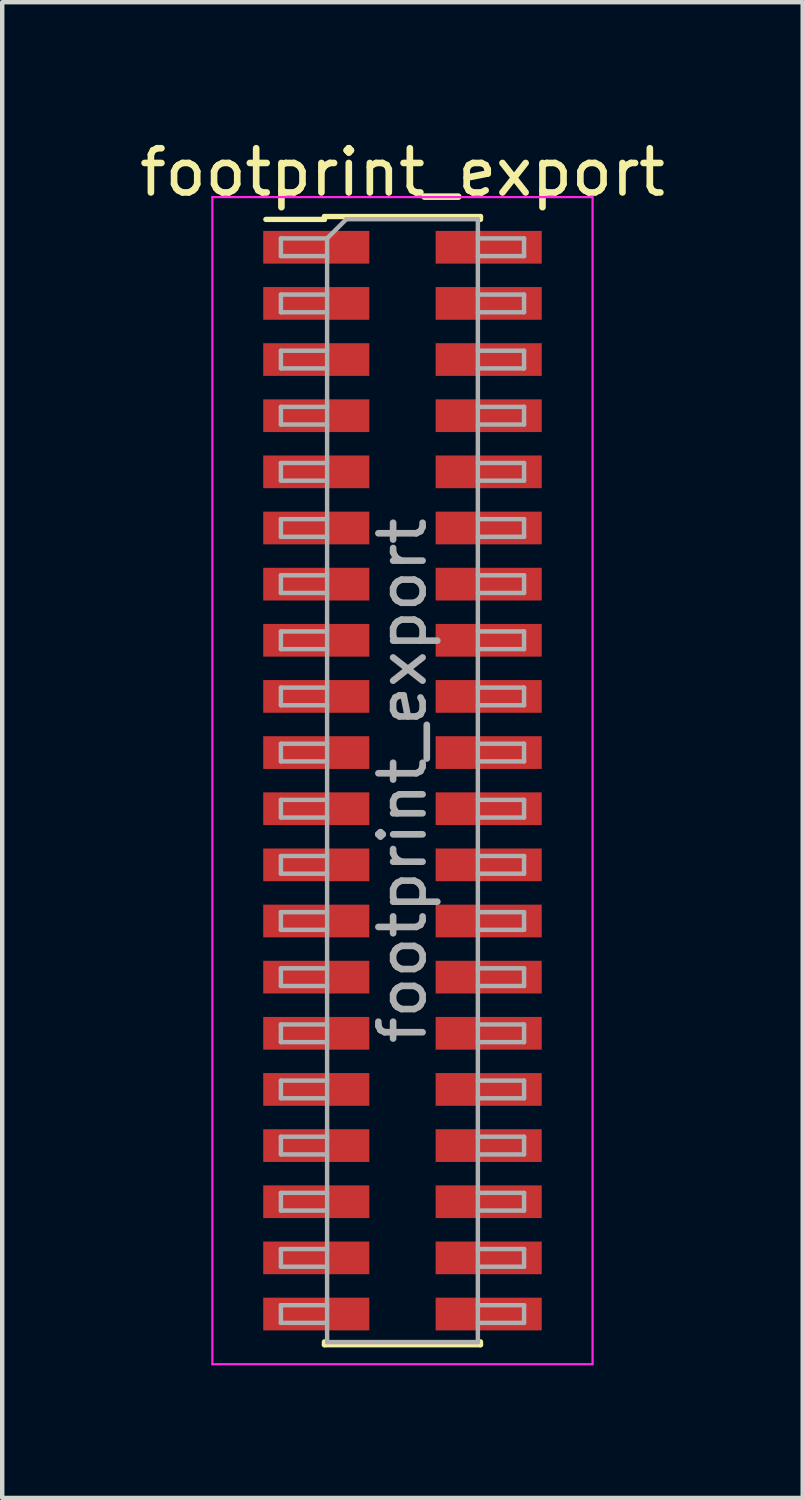
<source format=kicad_pcb>
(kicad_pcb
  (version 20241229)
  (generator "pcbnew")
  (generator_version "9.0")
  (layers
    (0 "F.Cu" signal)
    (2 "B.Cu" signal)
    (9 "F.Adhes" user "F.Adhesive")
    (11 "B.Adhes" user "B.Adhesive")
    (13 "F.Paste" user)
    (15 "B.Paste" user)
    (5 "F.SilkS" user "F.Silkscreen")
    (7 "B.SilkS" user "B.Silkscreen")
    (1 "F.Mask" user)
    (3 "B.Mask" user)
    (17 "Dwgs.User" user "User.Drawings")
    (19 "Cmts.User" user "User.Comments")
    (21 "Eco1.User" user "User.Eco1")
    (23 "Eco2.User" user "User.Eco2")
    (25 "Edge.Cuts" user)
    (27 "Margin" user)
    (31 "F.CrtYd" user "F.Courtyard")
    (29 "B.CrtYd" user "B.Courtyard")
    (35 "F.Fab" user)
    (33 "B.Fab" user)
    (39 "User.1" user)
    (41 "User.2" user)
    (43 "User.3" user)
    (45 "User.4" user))
  (footprint "footprint_export"
    (layer "F.Cu")
    (at 6.054 14.608)
    (property "Reference" "footprint_export" (at 0 -13.76 0) (layer "F.SilkS") (effects (font (size 1 1) (thickness 0.15))))
    (attr smd)
    (fp_line (start -3.09 -12.695) (end -1.765 -12.695) (stroke (width 0.12) (type solid)) (layer "F.SilkS"))
    (fp_line (start -1.765 -12.76) (end -1.765 -12.695) (stroke (width 0.12) (type solid)) (layer "F.SilkS"))
    (fp_line (start -1.765 -12.76) (end 1.765 -12.76) (stroke (width 0.12) (type solid)) (layer "F.SilkS"))
    (fp_line (start -1.765 12.695) (end -1.765 12.76) (stroke (width 0.12) (type solid)) (layer "F.SilkS"))
    (fp_line (start -1.765 12.76) (end 1.765 12.76) (stroke (width 0.12) (type solid)) (layer "F.SilkS"))
    (fp_line (start 1.765 -12.76) (end 1.765 -12.695) (stroke (width 0.12) (type solid)) (layer "F.SilkS"))
    (fp_line (start 1.765 12.695) (end 1.765 12.76) (stroke (width 0.12) (type solid)) (layer "F.SilkS"))
    (fp_line (start -4.3 -13.2) (end -4.3 13.2) (stroke (width 0.05) (type solid)) (layer "F.CrtYd"))
    (fp_line (start -4.3 13.2) (end 4.3 13.2) (stroke (width 0.05) (type solid)) (layer "F.CrtYd"))
    (fp_line (start 4.3 -13.2) (end -4.3 -13.2) (stroke (width 0.05) (type solid)) (layer "F.CrtYd"))
    (fp_line (start 4.3 13.2) (end 4.3 -13.2) (stroke (width 0.05) (type solid)) (layer "F.CrtYd"))
    (fp_line (start -2.75 -12.265) (end -2.75 -11.865) (stroke (width 0.1) (type solid)) (layer "F.Fab"))
    (fp_line (start -2.75 -11.865) (end -1.705 -11.865) (stroke (width 0.1) (type solid)) (layer "F.Fab"))
    (fp_line (start -2.75 -10.995) (end -2.75 -10.595) (stroke (width 0.1) (type solid)) (layer "F.Fab"))
    (fp_line (start -2.75 -10.595) (end -1.705 -10.595) (stroke (width 0.1) (type solid)) (layer "F.Fab"))
    (fp_line (start -2.75 -9.725) (end -2.75 -9.325) (stroke (width 0.1) (type solid)) (layer "F.Fab"))
    (fp_line (start -2.75 -9.325) (end -1.705 -9.325) (stroke (width 0.1) (type solid)) (layer "F.Fab"))
    (fp_line (start -2.75 -8.455) (end -2.75 -8.055) (stroke (width 0.1) (type solid)) (layer "F.Fab"))
    (fp_line (start -2.75 -8.055) (end -1.705 -8.055) (stroke (width 0.1) (type solid)) (layer "F.Fab"))
    (fp_line (start -2.75 -7.185) (end -2.75 -6.785) (stroke (width 0.1) (type solid)) (layer "F.Fab"))
    (fp_line (start -2.75 -6.785) (end -1.705 -6.785) (stroke (width 0.1) (type solid)) (layer "F.Fab"))
    (fp_line (start -2.75 -5.915) (end -2.75 -5.515) (stroke (width 0.1) (type solid)) (layer "F.Fab"))
    (fp_line (start -2.75 -5.515) (end -1.705 -5.515) (stroke (width 0.1) (type solid)) (layer "F.Fab"))
    (fp_line (start -2.75 -4.645) (end -2.75 -4.245) (stroke (width 0.1) (type solid)) (layer "F.Fab"))
    (fp_line (start -2.75 -4.245) (end -1.705 -4.245) (stroke (width 0.1) (type solid)) (layer "F.Fab"))
    (fp_line (start -2.75 -3.375) (end -2.75 -2.975) (stroke (width 0.1) (type solid)) (layer "F.Fab"))
    (fp_line (start -2.75 -2.975) (end -1.705 -2.975) (stroke (width 0.1) (type solid)) (layer "F.Fab"))
    (fp_line (start -2.75 -2.105) (end -2.75 -1.705) (stroke (width 0.1) (type solid)) (layer "F.Fab"))
    (fp_line (start -2.75 -1.705) (end -1.705 -1.705) (stroke (width 0.1) (type solid)) (layer "F.Fab"))
    (fp_line (start -2.75 -0.835) (end -2.75 -0.435) (stroke (width 0.1) (type solid)) (layer "F.Fab"))
    (fp_line (start -2.75 -0.435) (end -1.705 -0.435) (stroke (width 0.1) (type solid)) (layer "F.Fab"))
    (fp_line (start -2.75 0.435) (end -2.75 0.835) (stroke (width 0.1) (type solid)) (layer "F.Fab"))
    (fp_line (start -2.75 0.835) (end -1.705 0.835) (stroke (width 0.1) (type solid)) (layer "F.Fab"))
    (fp_line (start -2.75 1.705) (end -2.75 2.105) (stroke (width 0.1) (type solid)) (layer "F.Fab"))
    (fp_line (start -2.75 2.105) (end -1.705 2.105) (stroke (width 0.1) (type solid)) (layer "F.Fab"))
    (fp_line (start -2.75 2.975) (end -2.75 3.375) (stroke (width 0.1) (type solid)) (layer "F.Fab"))
    (fp_line (start -2.75 3.375) (end -1.705 3.375) (stroke (width 0.1) (type solid)) (layer "F.Fab"))
    (fp_line (start -2.75 4.245) (end -2.75 4.645) (stroke (width 0.1) (type solid)) (layer "F.Fab"))
    (fp_line (start -2.75 4.645) (end -1.705 4.645) (stroke (width 0.1) (type solid)) (layer "F.Fab"))
    (fp_line (start -2.75 5.515) (end -2.75 5.915) (stroke (width 0.1) (type solid)) (layer "F.Fab"))
    (fp_line (start -2.75 5.915) (end -1.705 5.915) (stroke (width 0.1) (type solid)) (layer "F.Fab"))
    (fp_line (start -2.75 6.785) (end -2.75 7.185) (stroke (width 0.1) (type solid)) (layer "F.Fab"))
    (fp_line (start -2.75 7.185) (end -1.705 7.185) (stroke (width 0.1) (type solid)) (layer "F.Fab"))
    (fp_line (start -2.75 8.055) (end -2.75 8.455) (stroke (width 0.1) (type solid)) (layer "F.Fab"))
    (fp_line (start -2.75 8.455) (end -1.705 8.455) (stroke (width 0.1) (type solid)) (layer "F.Fab"))
    (fp_line (start -2.75 9.325) (end -2.75 9.725) (stroke (width 0.1) (type solid)) (layer "F.Fab"))
    (fp_line (start -2.75 9.725) (end -1.705 9.725) (stroke (width 0.1) (type solid)) (layer "F.Fab"))
    (fp_line (start -2.75 10.595) (end -2.75 10.995) (stroke (width 0.1) (type solid)) (layer "F.Fab"))
    (fp_line (start -2.75 10.995) (end -1.705 10.995) (stroke (width 0.1) (type solid)) (layer "F.Fab"))
    (fp_line (start -2.75 11.865) (end -2.75 12.265) (stroke (width 0.1) (type solid)) (layer "F.Fab"))
    (fp_line (start -2.75 12.265) (end -1.705 12.265) (stroke (width 0.1) (type solid)) (layer "F.Fab"))
    (fp_line (start -1.705 -12.265) (end -2.75 -12.265) (stroke (width 0.1) (type solid)) (layer "F.Fab"))
    (fp_line (start -1.705 -12.265) (end -1.27 -12.7) (stroke (width 0.1) (type solid)) (layer "F.Fab"))
    (fp_line (start -1.705 -10.995) (end -2.75 -10.995) (stroke (width 0.1) (type solid)) (layer "F.Fab"))
    (fp_line (start -1.705 -9.725) (end -2.75 -9.725) (stroke (width 0.1) (type solid)) (layer "F.Fab"))
    (fp_line (start -1.705 -8.455) (end -2.75 -8.455) (stroke (width 0.1) (type solid)) (layer "F.Fab"))
    (fp_line (start -1.705 -7.185) (end -2.75 -7.185) (stroke (width 0.1) (type solid)) (layer "F.Fab"))
    (fp_line (start -1.705 -5.915) (end -2.75 -5.915) (stroke (width 0.1) (type solid)) (layer "F.Fab"))
    (fp_line (start -1.705 -4.645) (end -2.75 -4.645) (stroke (width 0.1) (type solid)) (layer "F.Fab"))
    (fp_line (start -1.705 -3.375) (end -2.75 -3.375) (stroke (width 0.1) (type solid)) (layer "F.Fab"))
    (fp_line (start -1.705 -2.105) (end -2.75 -2.105) (stroke (width 0.1) (type solid)) (layer "F.Fab"))
    (fp_line (start -1.705 -0.835) (end -2.75 -0.835) (stroke (width 0.1) (type solid)) (layer "F.Fab"))
    (fp_line (start -1.705 0.435) (end -2.75 0.435) (stroke (width 0.1) (type solid)) (layer "F.Fab"))
    (fp_line (start -1.705 1.705) (end -2.75 1.705) (stroke (width 0.1) (type solid)) (layer "F.Fab"))
    (fp_line (start -1.705 2.975) (end -2.75 2.975) (stroke (width 0.1) (type solid)) (layer "F.Fab"))
    (fp_line (start -1.705 4.245) (end -2.75 4.245) (stroke (width 0.1) (type solid)) (layer "F.Fab"))
    (fp_line (start -1.705 5.515) (end -2.75 5.515) (stroke (width 0.1) (type solid)) (layer "F.Fab"))
    (fp_line (start -1.705 6.785) (end -2.75 6.785) (stroke (width 0.1) (type solid)) (layer "F.Fab"))
    (fp_line (start -1.705 8.055) (end -2.75 8.055) (stroke (width 0.1) (type solid)) (layer "F.Fab"))
    (fp_line (start -1.705 9.325) (end -2.75 9.325) (stroke (width 0.1) (type solid)) (layer "F.Fab"))
    (fp_line (start -1.705 10.595) (end -2.75 10.595) (stroke (width 0.1) (type solid)) (layer "F.Fab"))
    (fp_line (start -1.705 11.865) (end -2.75 11.865) (stroke (width 0.1) (type solid)) (layer "F.Fab"))
    (fp_line (start -1.705 12.7) (end -1.705 -12.265) (stroke (width 0.1) (type solid)) (layer "F.Fab"))
    (fp_line (start -1.27 -12.7) (end 1.705 -12.7) (stroke (width 0.1) (type solid)) (layer "F.Fab"))
    (fp_line (start 1.705 -12.7) (end 1.705 12.7) (stroke (width 0.1) (type solid)) (layer "F.Fab"))
    (fp_line (start 1.705 -12.265) (end 2.75 -12.265) (stroke (width 0.1) (type solid)) (layer "F.Fab"))
    (fp_line (start 1.705 -10.995) (end 2.75 -10.995) (stroke (width 0.1) (type solid)) (layer "F.Fab"))
    (fp_line (start 1.705 -9.725) (end 2.75 -9.725) (stroke (width 0.1) (type solid)) (layer "F.Fab"))
    (fp_line (start 1.705 -8.455) (end 2.75 -8.455) (stroke (width 0.1) (type solid)) (layer "F.Fab"))
    (fp_line (start 1.705 -7.185) (end 2.75 -7.185) (stroke (width 0.1) (type solid)) (layer "F.Fab"))
    (fp_line (start 1.705 -5.915) (end 2.75 -5.915) (stroke (width 0.1) (type solid)) (layer "F.Fab"))
    (fp_line (start 1.705 -4.645) (end 2.75 -4.645) (stroke (width 0.1) (type solid)) (layer "F.Fab"))
    (fp_line (start 1.705 -3.375) (end 2.75 -3.375) (stroke (width 0.1) (type solid)) (layer "F.Fab"))
    (fp_line (start 1.705 -2.105) (end 2.75 -2.105) (stroke (width 0.1) (type solid)) (layer "F.Fab"))
    (fp_line (start 1.705 -0.835) (end 2.75 -0.835) (stroke (width 0.1) (type solid)) (layer "F.Fab"))
    (fp_line (start 1.705 0.435) (end 2.75 0.435) (stroke (width 0.1) (type solid)) (layer "F.Fab"))
    (fp_line (start 1.705 1.705) (end 2.75 1.705) (stroke (width 0.1) (type solid)) (layer "F.Fab"))
    (fp_line (start 1.705 2.975) (end 2.75 2.975) (stroke (width 0.1) (type solid)) (layer "F.Fab"))
    (fp_line (start 1.705 4.245) (end 2.75 4.245) (stroke (width 0.1) (type solid)) (layer "F.Fab"))
    (fp_line (start 1.705 5.515) (end 2.75 5.515) (stroke (width 0.1) (type solid)) (layer "F.Fab"))
    (fp_line (start 1.705 6.785) (end 2.75 6.785) (stroke (width 0.1) (type solid)) (layer "F.Fab"))
    (fp_line (start 1.705 8.055) (end 2.75 8.055) (stroke (width 0.1) (type solid)) (layer "F.Fab"))
    (fp_line (start 1.705 9.325) (end 2.75 9.325) (stroke (width 0.1) (type solid)) (layer "F.Fab"))
    (fp_line (start 1.705 10.595) (end 2.75 10.595) (stroke (width 0.1) (type solid)) (layer "F.Fab"))
    (fp_line (start 1.705 11.865) (end 2.75 11.865) (stroke (width 0.1) (type solid)) (layer "F.Fab"))
    (fp_line (start 1.705 12.7) (end -1.705 12.7) (stroke (width 0.1) (type solid)) (layer "F.Fab"))
    (fp_line (start 2.75 -12.265) (end 2.75 -11.865) (stroke (width 0.1) (type solid)) (layer "F.Fab"))
    (fp_line (start 2.75 -11.865) (end 1.705 -11.865) (stroke (width 0.1) (type solid)) (layer "F.Fab"))
    (fp_line (start 2.75 -10.995) (end 2.75 -10.595) (stroke (width 0.1) (type solid)) (layer "F.Fab"))
    (fp_line (start 2.75 -10.595) (end 1.705 -10.595) (stroke (width 0.1) (type solid)) (layer "F.Fab"))
    (fp_line (start 2.75 -9.725) (end 2.75 -9.325) (stroke (width 0.1) (type solid)) (layer "F.Fab"))
    (fp_line (start 2.75 -9.325) (end 1.705 -9.325) (stroke (width 0.1) (type solid)) (layer "F.Fab"))
    (fp_line (start 2.75 -8.455) (end 2.75 -8.055) (stroke (width 0.1) (type solid)) (layer "F.Fab"))
    (fp_line (start 2.75 -8.055) (end 1.705 -8.055) (stroke (width 0.1) (type solid)) (layer "F.Fab"))
    (fp_line (start 2.75 -7.185) (end 2.75 -6.785) (stroke (width 0.1) (type solid)) (layer "F.Fab"))
    (fp_line (start 2.75 -6.785) (end 1.705 -6.785) (stroke (width 0.1) (type solid)) (layer "F.Fab"))
    (fp_line (start 2.75 -5.915) (end 2.75 -5.515) (stroke (width 0.1) (type solid)) (layer "F.Fab"))
    (fp_line (start 2.75 -5.515) (end 1.705 -5.515) (stroke (width 0.1) (type solid)) (layer "F.Fab"))
    (fp_line (start 2.75 -4.645) (end 2.75 -4.245) (stroke (width 0.1) (type solid)) (layer "F.Fab"))
    (fp_line (start 2.75 -4.245) (end 1.705 -4.245) (stroke (width 0.1) (type solid)) (layer "F.Fab"))
    (fp_line (start 2.75 -3.375) (end 2.75 -2.975) (stroke (width 0.1) (type solid)) (layer "F.Fab"))
    (fp_line (start 2.75 -2.975) (end 1.705 -2.975) (stroke (width 0.1) (type solid)) (layer "F.Fab"))
    (fp_line (start 2.75 -2.105) (end 2.75 -1.705) (stroke (width 0.1) (type solid)) (layer "F.Fab"))
    (fp_line (start 2.75 -1.705) (end 1.705 -1.705) (stroke (width 0.1) (type solid)) (layer "F.Fab"))
    (fp_line (start 2.75 -0.835) (end 2.75 -0.435) (stroke (width 0.1) (type solid)) (layer "F.Fab"))
    (fp_line (start 2.75 -0.435) (end 1.705 -0.435) (stroke (width 0.1) (type solid)) (layer "F.Fab"))
    (fp_line (start 2.75 0.435) (end 2.75 0.835) (stroke (width 0.1) (type solid)) (layer "F.Fab"))
    (fp_line (start 2.75 0.835) (end 1.705 0.835) (stroke (width 0.1) (type solid)) (layer "F.Fab"))
    (fp_line (start 2.75 1.705) (end 2.75 2.105) (stroke (width 0.1) (type solid)) (layer "F.Fab"))
    (fp_line (start 2.75 2.105) (end 1.705 2.105) (stroke (width 0.1) (type solid)) (layer "F.Fab"))
    (fp_line (start 2.75 2.975) (end 2.75 3.375) (stroke (width 0.1) (type solid)) (layer "F.Fab"))
    (fp_line (start 2.75 3.375) (end 1.705 3.375) (stroke (width 0.1) (type solid)) (layer "F.Fab"))
    (fp_line (start 2.75 4.245) (end 2.75 4.645) (stroke (width 0.1) (type solid)) (layer "F.Fab"))
    (fp_line (start 2.75 4.645) (end 1.705 4.645) (stroke (width 0.1) (type solid)) (layer "F.Fab"))
    (fp_line (start 2.75 5.515) (end 2.75 5.915) (stroke (width 0.1) (type solid)) (layer "F.Fab"))
    (fp_line (start 2.75 5.915) (end 1.705 5.915) (stroke (width 0.1) (type solid)) (layer "F.Fab"))
    (fp_line (start 2.75 6.785) (end 2.75 7.185) (stroke (width 0.1) (type solid)) (layer "F.Fab"))
    (fp_line (start 2.75 7.185) (end 1.705 7.185) (stroke (width 0.1) (type solid)) (layer "F.Fab"))
    (fp_line (start 2.75 8.055) (end 2.75 8.455) (stroke (width 0.1) (type solid)) (layer "F.Fab"))
    (fp_line (start 2.75 8.455) (end 1.705 8.455) (stroke (width 0.1) (type solid)) (layer "F.Fab"))
    (fp_line (start 2.75 9.325) (end 2.75 9.725) (stroke (width 0.1) (type solid)) (layer "F.Fab"))
    (fp_line (start 2.75 9.725) (end 1.705 9.725) (stroke (width 0.1) (type solid)) (layer "F.Fab"))
    (fp_line (start 2.75 10.595) (end 2.75 10.995) (stroke (width 0.1) (type solid)) (layer "F.Fab"))
    (fp_line (start 2.75 10.995) (end 1.705 10.995) (stroke (width 0.1) (type solid)) (layer "F.Fab"))
    (fp_line (start 2.75 11.865) (end 2.75 12.265) (stroke (width 0.1) (type solid)) (layer "F.Fab"))
    (fp_line (start 2.75 12.265) (end 1.705 12.265) (stroke (width 0.1) (type solid)) (layer "F.Fab"))
    (fp_text user "${REFERENCE}" (at 0 0 90) (layer "F.Fab") (effects (font (size 1 1) (thickness 0.15))))
    (pad "1" smd rect (at -1.95 -12.065) (size 2.4 0.74) (layers "F.Cu" "F.Mask" "F.Paste"))
    (pad "2" smd rect (at 1.95 -12.065) (size 2.4 0.74) (layers "F.Cu" "F.Mask" "F.Paste"))
    (pad "3" smd rect (at -1.95 -10.795) (size 2.4 0.74) (layers "F.Cu" "F.Mask" "F.Paste"))
    (pad "4" smd rect (at 1.95 -10.795) (size 2.4 0.74) (layers "F.Cu" "F.Mask" "F.Paste"))
    (pad "5" smd rect (at -1.95 -9.525) (size 2.4 0.74) (layers "F.Cu" "F.Mask" "F.Paste"))
    (pad "6" smd rect (at 1.95 -9.525) (size 2.4 0.74) (layers "F.Cu" "F.Mask" "F.Paste"))
    (pad "7" smd rect (at -1.95 -8.255) (size 2.4 0.74) (layers "F.Cu" "F.Mask" "F.Paste"))
    (pad "8" smd rect (at 1.95 -8.255) (size 2.4 0.74) (layers "F.Cu" "F.Mask" "F.Paste"))
    (pad "9" smd rect (at -1.95 -6.985) (size 2.4 0.74) (layers "F.Cu" "F.Mask" "F.Paste"))
    (pad "10" smd rect (at 1.95 -6.985) (size 2.4 0.74) (layers "F.Cu" "F.Mask" "F.Paste"))
    (pad "11" smd rect (at -1.95 -5.715) (size 2.4 0.74) (layers "F.Cu" "F.Mask" "F.Paste"))
    (pad "12" smd rect (at 1.95 -5.715) (size 2.4 0.74) (layers "F.Cu" "F.Mask" "F.Paste"))
    (pad "13" smd rect (at -1.95 -4.445) (size 2.4 0.74) (layers "F.Cu" "F.Mask" "F.Paste"))
    (pad "14" smd rect (at 1.95 -4.445) (size 2.4 0.74) (layers "F.Cu" "F.Mask" "F.Paste"))
    (pad "15" smd rect (at -1.95 -3.175) (size 2.4 0.74) (layers "F.Cu" "F.Mask" "F.Paste"))
    (pad "16" smd rect (at 1.95 -3.175) (size 2.4 0.74) (layers "F.Cu" "F.Mask" "F.Paste"))
    (pad "17" smd rect (at -1.95 -1.905) (size 2.4 0.74) (layers "F.Cu" "F.Mask" "F.Paste"))
    (pad "18" smd rect (at 1.95 -1.905) (size 2.4 0.74) (layers "F.Cu" "F.Mask" "F.Paste"))
    (pad "19" smd rect (at -1.95 -0.635) (size 2.4 0.74) (layers "F.Cu" "F.Mask" "F.Paste"))
    (pad "20" smd rect (at 1.95 -0.635) (size 2.4 0.74) (layers "F.Cu" "F.Mask" "F.Paste"))
    (pad "21" smd rect (at -1.95 0.635) (size 2.4 0.74) (layers "F.Cu" "F.Mask" "F.Paste"))
    (pad "22" smd rect (at 1.95 0.635) (size 2.4 0.74) (layers "F.Cu" "F.Mask" "F.Paste"))
    (pad "23" smd rect (at -1.95 1.905) (size 2.4 0.74) (layers "F.Cu" "F.Mask" "F.Paste"))
    (pad "24" smd rect (at 1.95 1.905) (size 2.4 0.74) (layers "F.Cu" "F.Mask" "F.Paste"))
    (pad "25" smd rect (at -1.95 3.175) (size 2.4 0.74) (layers "F.Cu" "F.Mask" "F.Paste"))
    (pad "26" smd rect (at 1.95 3.175) (size 2.4 0.74) (layers "F.Cu" "F.Mask" "F.Paste"))
    (pad "27" smd rect (at -1.95 4.445) (size 2.4 0.74) (layers "F.Cu" "F.Mask" "F.Paste"))
    (pad "28" smd rect (at 1.95 4.445) (size 2.4 0.74) (layers "F.Cu" "F.Mask" "F.Paste"))
    (pad "29" smd rect (at -1.95 5.715) (size 2.4 0.74) (layers "F.Cu" "F.Mask" "F.Paste"))
    (pad "30" smd rect (at 1.95 5.715) (size 2.4 0.74) (layers "F.Cu" "F.Mask" "F.Paste"))
    (pad "31" smd rect (at -1.95 6.985) (size 2.4 0.74) (layers "F.Cu" "F.Mask" "F.Paste"))
    (pad "32" smd rect (at 1.95 6.985) (size 2.4 0.74) (layers "F.Cu" "F.Mask" "F.Paste"))
    (pad "33" smd rect (at -1.95 8.255) (size 2.4 0.74) (layers "F.Cu" "F.Mask" "F.Paste"))
    (pad "34" smd rect (at 1.95 8.255) (size 2.4 0.74) (layers "F.Cu" "F.Mask" "F.Paste"))
    (pad "35" smd rect (at -1.95 9.525) (size 2.4 0.74) (layers "F.Cu" "F.Mask" "F.Paste"))
    (pad "36" smd rect (at 1.95 9.525) (size 2.4 0.74) (layers "F.Cu" "F.Mask" "F.Paste"))
    (pad "37" smd rect (at -1.95 10.795) (size 2.4 0.74) (layers "F.Cu" "F.Mask" "F.Paste"))
    (pad "38" smd rect (at 1.95 10.795) (size 2.4 0.74) (layers "F.Cu" "F.Mask" "F.Paste"))
    (pad "39" smd rect (at -1.95 12.065) (size 2.4 0.74) (layers "F.Cu" "F.Mask" "F.Paste"))
    (pad "40" smd rect (at 1.95 12.065) (size 2.4 0.74) (layers "F.Cu" "F.Mask" "F.Paste")))
  (gr_rect
    (start -3 -3)
    (end 15.107 30.833)
    (stroke (width 0.1) (type default))
    (fill no)
    (layer "Edge.Cuts")))
</source>
